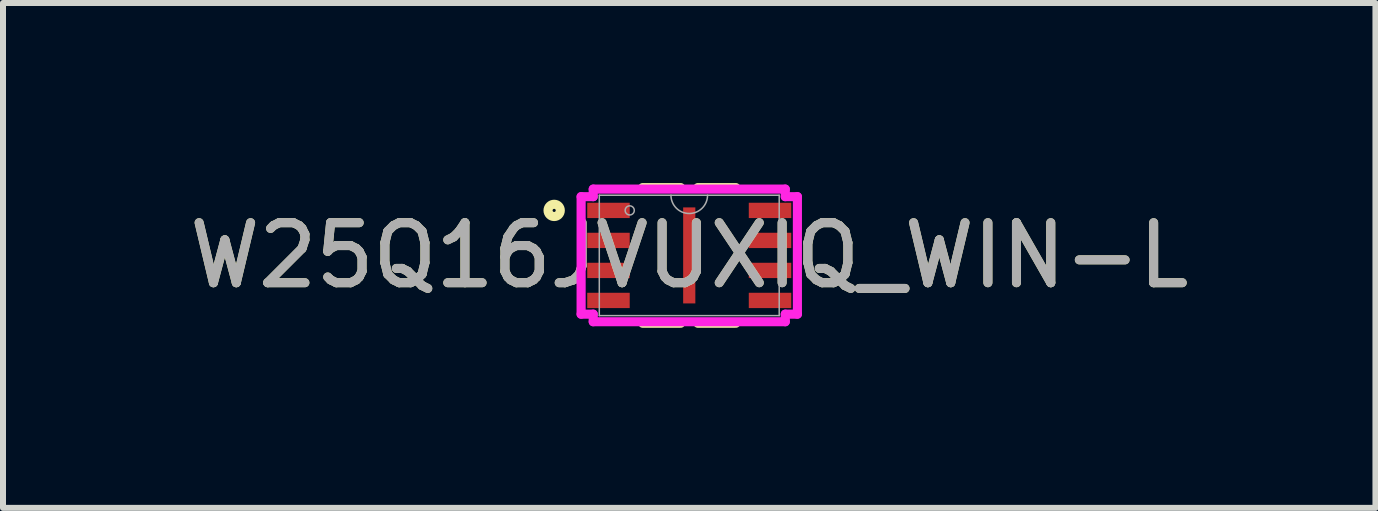
<source format=kicad_pcb>
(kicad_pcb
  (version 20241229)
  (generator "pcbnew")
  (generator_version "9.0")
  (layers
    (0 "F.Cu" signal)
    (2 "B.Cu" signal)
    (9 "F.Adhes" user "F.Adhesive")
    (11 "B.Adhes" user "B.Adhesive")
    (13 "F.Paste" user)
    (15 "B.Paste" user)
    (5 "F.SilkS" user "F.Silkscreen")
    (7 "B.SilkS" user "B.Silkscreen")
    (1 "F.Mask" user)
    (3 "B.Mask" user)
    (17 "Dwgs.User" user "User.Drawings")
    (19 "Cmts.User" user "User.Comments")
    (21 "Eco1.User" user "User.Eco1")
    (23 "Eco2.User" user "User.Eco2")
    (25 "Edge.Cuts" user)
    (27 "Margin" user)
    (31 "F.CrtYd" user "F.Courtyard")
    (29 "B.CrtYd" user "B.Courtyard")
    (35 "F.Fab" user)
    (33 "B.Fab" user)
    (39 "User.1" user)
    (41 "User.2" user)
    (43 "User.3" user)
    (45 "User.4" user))
  (footprint "W25Q16JVUXIQ_WIN-L"
    (layer "F.Cu")
    (at 8.435 1.206)
    (property "Reference" "W25Q16JVUXIQ_WIN-L" (at 0 0 0) (unlocked yes) (layer "F.SilkS") (effects (font (size 1 1) (thickness 0.15))))
    (attr smd)
    (fp_line (start -0.776 1.13) (end -0.143 1.13) (stroke (width 0.152) (type solid)) (layer "F.SilkS"))
    (fp_line (start -0.143 -1.13) (end -0.776 -1.13) (stroke (width 0.152) (type solid)) (layer "F.SilkS"))
    (fp_line (start 0.143 1.13) (end 0.776 1.13) (stroke (width 0.152) (type solid)) (layer "F.SilkS"))
    (fp_line (start 0.776 -1.13) (end 0.143 -1.13) (stroke (width 0.152) (type solid)) (layer "F.SilkS"))
    (fp_circle (center -2.251 -0.75) (end -2.149 -0.75) (stroke (width 0.152) (type solid)) (fill no) (layer "F.SilkS"))
    (fp_line (start -1.802 -0.979) (end -1.6 -0.979) (stroke (width 0.152) (type solid)) (layer "F.CrtYd"))
    (fp_line (start -1.802 0.979) (end -1.802 -0.979) (stroke (width 0.152) (type solid)) (layer "F.CrtYd"))
    (fp_line (start -1.802 0.979) (end -1.6 0.979) (stroke (width 0.152) (type solid)) (layer "F.CrtYd"))
    (fp_line (start -1.6 -1.105) (end 1.6 -1.105) (stroke (width 0.152) (type solid)) (layer "F.CrtYd"))
    (fp_line (start -1.6 -0.979) (end -1.6 -1.105) (stroke (width 0.152) (type solid)) (layer "F.CrtYd"))
    (fp_line (start -1.6 1.105) (end -1.6 0.979) (stroke (width 0.152) (type solid)) (layer "F.CrtYd"))
    (fp_line (start 1.6 -1.105) (end 1.6 -0.979) (stroke (width 0.152) (type solid)) (layer "F.CrtYd"))
    (fp_line (start 1.6 0.979) (end 1.6 1.105) (stroke (width 0.152) (type solid)) (layer "F.CrtYd"))
    (fp_line (start 1.6 1.105) (end -1.6 1.105) (stroke (width 0.152) (type solid)) (layer "F.CrtYd"))
    (fp_line (start 1.802 -0.979) (end 1.6 -0.979) (stroke (width 0.152) (type solid)) (layer "F.CrtYd"))
    (fp_line (start 1.802 -0.979) (end 1.802 0.979) (stroke (width 0.152) (type solid)) (layer "F.CrtYd"))
    (fp_line (start 1.802 0.979) (end 1.6 0.979) (stroke (width 0.152) (type solid)) (layer "F.CrtYd"))
    (fp_line (start -1.499 -1.003) (end -1.499 1.003) (stroke (width 0.025) (type solid)) (layer "F.Fab"))
    (fp_line (start -1.499 1.003) (end 1.499 1.003) (stroke (width 0.025) (type solid)) (layer "F.Fab"))
    (fp_line (start 1.499 -1.003) (end -1.499 -1.003) (stroke (width 0.025) (type solid)) (layer "F.Fab"))
    (fp_line (start 1.499 1.003) (end 1.499 -1.003) (stroke (width 0.025) (type solid)) (layer "F.Fab"))
    (fp_arc (start 0.3048 -1.0033) (mid 0 -0.6985) (end -0.3048 -1.0033) (stroke (width 0.0254) (type solid)) (layer "F.Fab"))
    (fp_circle (center -0.992 -0.75) (end -0.916 -0.75) (stroke (width 0.025) (type solid)) (fill no) (layer "F.Fab"))
    (fp_text user "${REFERENCE}" (at 0 0 0) (unlocked yes) (layer "F.Fab") (effects (font (size 1 1) (thickness 0.15))))
    (pad "1" smd rect (at -1.346 -0.75) (size 0.708 0.255) (layers "F.Cu" "F.Mask" "F.Paste"))
    (pad "2" smd rect (at -1.346 -0.25) (size 0.708 0.255) (layers "F.Cu" "F.Mask" "F.Paste"))
    (pad "3" smd rect (at -1.346 0.25) (size 0.708 0.255) (layers "F.Cu" "F.Mask" "F.Paste"))
    (pad "4" smd rect (at -1.346 0.75) (size 0.708 0.255) (layers "F.Cu" "F.Mask" "F.Paste"))
    (pad "5" smd rect (at 1.346 0.75) (size 0.708 0.255) (layers "F.Cu" "F.Mask" "F.Paste"))
    (pad "6" smd rect (at 1.346 0.25) (size 0.708 0.255) (layers "F.Cu" "F.Mask" "F.Paste"))
    (pad "7" smd rect (at 1.346 -0.25) (size 0.708 0.255) (layers "F.Cu" "F.Mask" "F.Paste"))
    (pad "8" smd rect (at 1.346 -0.75) (size 0.708 0.255) (layers "F.Cu" "F.Mask" "F.Paste"))
    (pad "9" smd rect (at 0 0) (size 0.203 1.6) (layers "F.Cu" "F.Mask" "F.Paste")))
  (gr_rect
    (start -3 -3)
    (end 19.869 5.413)
    (stroke (width 0.1) (type default))
    (fill no)
    (layer "Edge.Cuts")))
</source>
